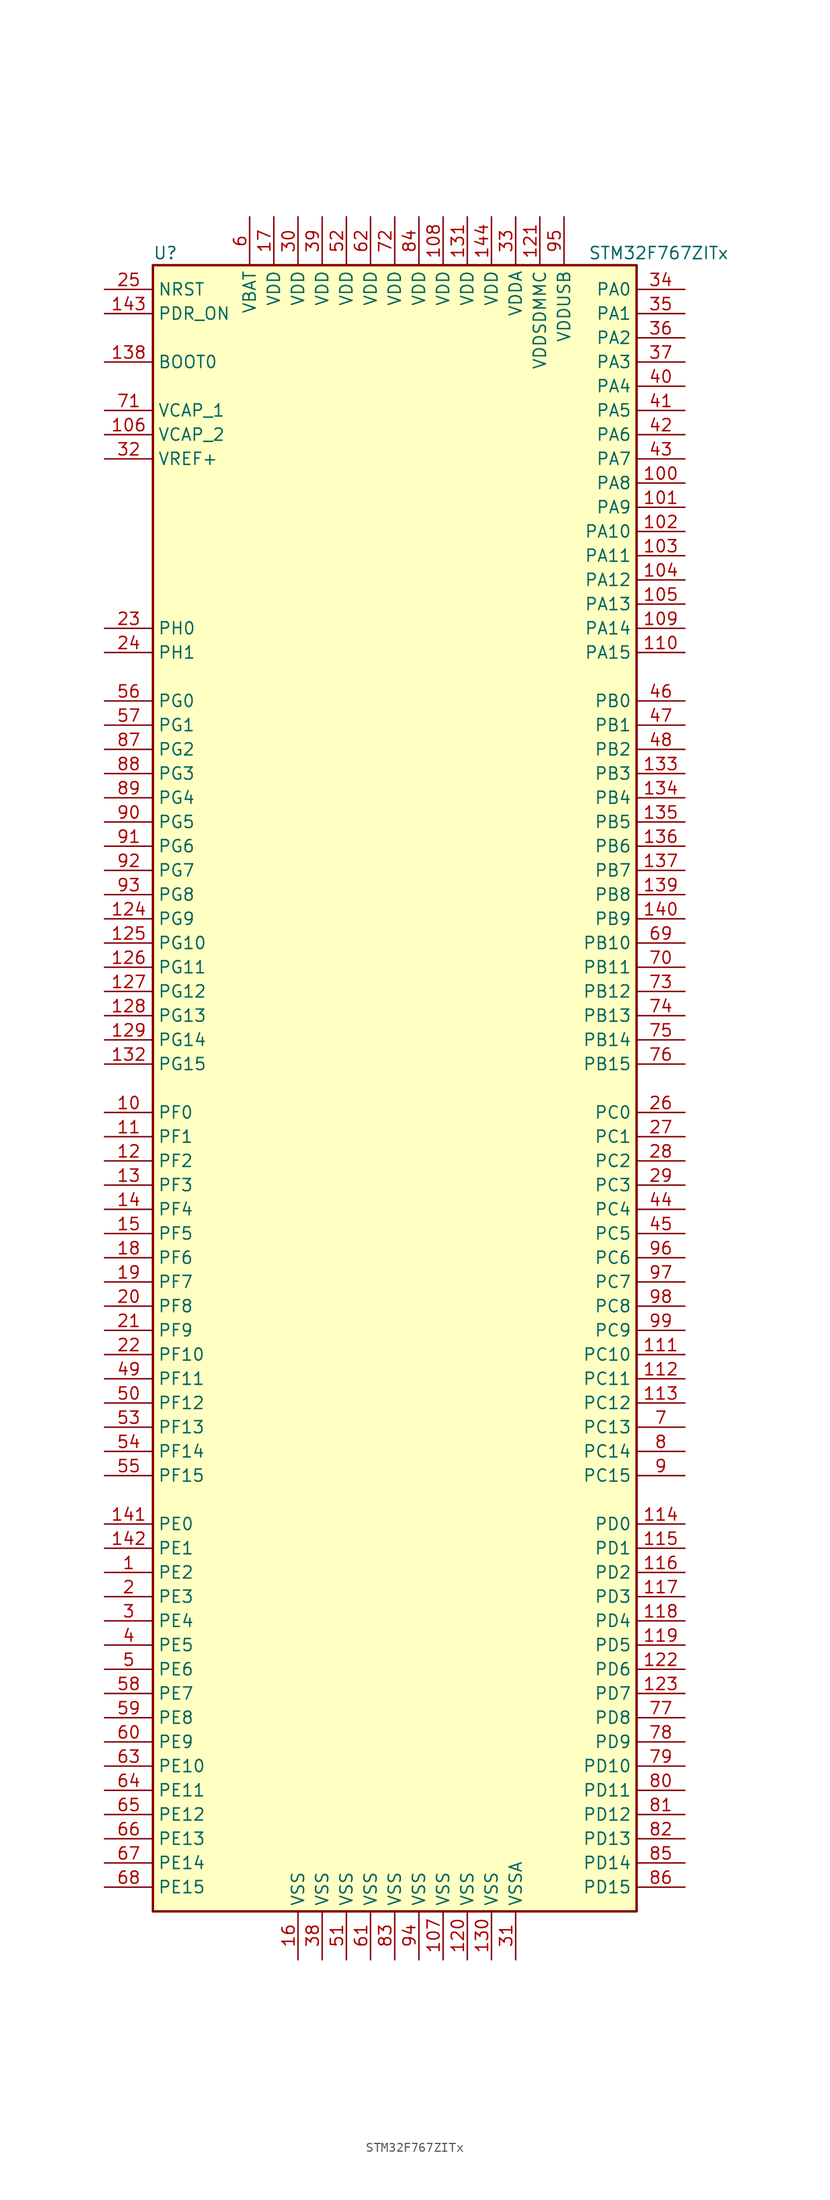
<source format=kicad_sym>
(kicad_symbol_lib
  (version 20201005)
  (generator kicad_symbol_editor)
  (symbol "STM32F767ZITx"
    (property "Reference" "U"
      (at -25.4 87.63 0)
      (effects (font (size 1.27 1.27)) (justify left)))
    (property "Value" "STM32F767ZITx"
      (at 20.32 87.63 0)
      (effects (font (size 1.27 1.27)) (justify left)))
    (symbol "STM32F767ZITx_0_1"
      (rectangle (start -25.4 -86.36) (end 25.4 86.36) (stroke (width 0.254)) (fill (type background))))
    (symbol "STM32F767ZITx_1_1"
      (pin input line (at -30.48 76.2 0) (length 5.08) (name "BOOT0" (effects (font (size 1.27 1.27)))) (number "138" (effects (font (size 1.27 1.27)))))
      (pin input line (at -30.48 83.82 0) (length 5.08) (name "NRST" (effects (font (size 1.27 1.27)))) (number "25" (effects (font (size 1.27 1.27)))))
      (pin bidirectional line (at 30.48 83.82 180) (length 5.08) (name "PA0" (effects (font (size 1.27 1.27)))) (number "34" (effects (font (size 1.27 1.27)))))
      (pin bidirectional line (at 30.48 81.28 180) (length 5.08) (name "PA1" (effects (font (size 1.27 1.27)))) (number "35" (effects (font (size 1.27 1.27)))))
      (pin bidirectional line (at 30.48 58.42 180) (length 5.08) (name "PA10" (effects (font (size 1.27 1.27)))) (number "102" (effects (font (size 1.27 1.27)))))
      (pin bidirectional line (at 30.48 55.88 180) (length 5.08) (name "PA11" (effects (font (size 1.27 1.27)))) (number "103" (effects (font (size 1.27 1.27)))))
      (pin bidirectional line (at 30.48 53.34 180) (length 5.08) (name "PA12" (effects (font (size 1.27 1.27)))) (number "104" (effects (font (size 1.27 1.27)))))
      (pin bidirectional line (at 30.48 50.8 180) (length 5.08) (name "PA13" (effects (font (size 1.27 1.27)))) (number "105" (effects (font (size 1.27 1.27)))))
      (pin bidirectional line (at 30.48 48.26 180) (length 5.08) (name "PA14" (effects (font (size 1.27 1.27)))) (number "109" (effects (font (size 1.27 1.27)))))
      (pin bidirectional line (at 30.48 45.72 180) (length 5.08) (name "PA15" (effects (font (size 1.27 1.27)))) (number "110" (effects (font (size 1.27 1.27)))))
      (pin bidirectional line (at 30.48 78.74 180) (length 5.08) (name "PA2" (effects (font (size 1.27 1.27)))) (number "36" (effects (font (size 1.27 1.27)))))
      (pin bidirectional line (at 30.48 76.2 180) (length 5.08) (name "PA3" (effects (font (size 1.27 1.27)))) (number "37" (effects (font (size 1.27 1.27)))))
      (pin bidirectional line (at 30.48 73.66 180) (length 5.08) (name "PA4" (effects (font (size 1.27 1.27)))) (number "40" (effects (font (size 1.27 1.27)))))
      (pin bidirectional line (at 30.48 71.12 180) (length 5.08) (name "PA5" (effects (font (size 1.27 1.27)))) (number "41" (effects (font (size 1.27 1.27)))))
      (pin bidirectional line (at 30.48 68.58 180) (length 5.08) (name "PA6" (effects (font (size 1.27 1.27)))) (number "42" (effects (font (size 1.27 1.27)))))
      (pin bidirectional line (at 30.48 66.04 180) (length 5.08) (name "PA7" (effects (font (size 1.27 1.27)))) (number "43" (effects (font (size 1.27 1.27)))))
      (pin bidirectional line (at 30.48 63.5 180) (length 5.08) (name "PA8" (effects (font (size 1.27 1.27)))) (number "100" (effects (font (size 1.27 1.27)))))
      (pin bidirectional line (at 30.48 60.96 180) (length 5.08) (name "PA9" (effects (font (size 1.27 1.27)))) (number "101" (effects (font (size 1.27 1.27)))))
      (pin bidirectional line (at 30.48 40.64 180) (length 5.08) (name "PB0" (effects (font (size 1.27 1.27)))) (number "46" (effects (font (size 1.27 1.27)))))
      (pin bidirectional line (at 30.48 38.1 180) (length 5.08) (name "PB1" (effects (font (size 1.27 1.27)))) (number "47" (effects (font (size 1.27 1.27)))))
      (pin bidirectional line (at 30.48 15.24 180) (length 5.08) (name "PB10" (effects (font (size 1.27 1.27)))) (number "69" (effects (font (size 1.27 1.27)))))
      (pin bidirectional line (at 30.48 12.7 180) (length 5.08) (name "PB11" (effects (font (size 1.27 1.27)))) (number "70" (effects (font (size 1.27 1.27)))))
      (pin bidirectional line (at 30.48 10.16 180) (length 5.08) (name "PB12" (effects (font (size 1.27 1.27)))) (number "73" (effects (font (size 1.27 1.27)))))
      (pin bidirectional line (at 30.48 7.62 180) (length 5.08) (name "PB13" (effects (font (size 1.27 1.27)))) (number "74" (effects (font (size 1.27 1.27)))))
      (pin bidirectional line (at 30.48 5.08 180) (length 5.08) (name "PB14" (effects (font (size 1.27 1.27)))) (number "75" (effects (font (size 1.27 1.27)))))
      (pin bidirectional line (at 30.48 2.54 180) (length 5.08) (name "PB15" (effects (font (size 1.27 1.27)))) (number "76" (effects (font (size 1.27 1.27)))))
      (pin bidirectional line (at 30.48 35.56 180) (length 5.08) (name "PB2" (effects (font (size 1.27 1.27)))) (number "48" (effects (font (size 1.27 1.27)))))
      (pin bidirectional line (at 30.48 33.02 180) (length 5.08) (name "PB3" (effects (font (size 1.27 1.27)))) (number "133" (effects (font (size 1.27 1.27)))))
      (pin bidirectional line (at 30.48 30.48 180) (length 5.08) (name "PB4" (effects (font (size 1.27 1.27)))) (number "134" (effects (font (size 1.27 1.27)))))
      (pin bidirectional line (at 30.48 27.94 180) (length 5.08) (name "PB5" (effects (font (size 1.27 1.27)))) (number "135" (effects (font (size 1.27 1.27)))))
      (pin bidirectional line (at 30.48 25.4 180) (length 5.08) (name "PB6" (effects (font (size 1.27 1.27)))) (number "136" (effects (font (size 1.27 1.27)))))
      (pin bidirectional line (at 30.48 22.86 180) (length 5.08) (name "PB7" (effects (font (size 1.27 1.27)))) (number "137" (effects (font (size 1.27 1.27)))))
      (pin bidirectional line (at 30.48 20.32 180) (length 5.08) (name "PB8" (effects (font (size 1.27 1.27)))) (number "139" (effects (font (size 1.27 1.27)))))
      (pin bidirectional line (at 30.48 17.78 180) (length 5.08) (name "PB9" (effects (font (size 1.27 1.27)))) (number "140" (effects (font (size 1.27 1.27)))))
      (pin bidirectional line (at 30.48 -2.54 180) (length 5.08) (name "PC0" (effects (font (size 1.27 1.27)))) (number "26" (effects (font (size 1.27 1.27)))))
      (pin bidirectional line (at 30.48 -5.08 180) (length 5.08) (name "PC1" (effects (font (size 1.27 1.27)))) (number "27" (effects (font (size 1.27 1.27)))))
      (pin bidirectional line (at 30.48 -27.94 180) (length 5.08) (name "PC10" (effects (font (size 1.27 1.27)))) (number "111" (effects (font (size 1.27 1.27)))))
      (pin bidirectional line (at 30.48 -30.48 180) (length 5.08) (name "PC11" (effects (font (size 1.27 1.27)))) (number "112" (effects (font (size 1.27 1.27)))))
      (pin bidirectional line (at 30.48 -33.02 180) (length 5.08) (name "PC12" (effects (font (size 1.27 1.27)))) (number "113" (effects (font (size 1.27 1.27)))))
      (pin bidirectional line (at 30.48 -35.56 180) (length 5.08) (name "PC13" (effects (font (size 1.27 1.27)))) (number "7" (effects (font (size 1.27 1.27)))))
      (pin bidirectional line (at 30.48 -38.1 180) (length 5.08) (name "PC14" (effects (font (size 1.27 1.27)))) (number "8" (effects (font (size 1.27 1.27)))))
      (pin bidirectional line (at 30.48 -40.64 180) (length 5.08) (name "PC15" (effects (font (size 1.27 1.27)))) (number "9" (effects (font (size 1.27 1.27)))))
      (pin bidirectional line (at 30.48 -7.62 180) (length 5.08) (name "PC2" (effects (font (size 1.27 1.27)))) (number "28" (effects (font (size 1.27 1.27)))))
      (pin bidirectional line (at 30.48 -10.16 180) (length 5.08) (name "PC3" (effects (font (size 1.27 1.27)))) (number "29" (effects (font (size 1.27 1.27)))))
      (pin bidirectional line (at 30.48 -12.7 180) (length 5.08) (name "PC4" (effects (font (size 1.27 1.27)))) (number "44" (effects (font (size 1.27 1.27)))))
      (pin bidirectional line (at 30.48 -15.24 180) (length 5.08) (name "PC5" (effects (font (size 1.27 1.27)))) (number "45" (effects (font (size 1.27 1.27)))))
      (pin bidirectional line (at 30.48 -17.78 180) (length 5.08) (name "PC6" (effects (font (size 1.27 1.27)))) (number "96" (effects (font (size 1.27 1.27)))))
      (pin bidirectional line (at 30.48 -20.32 180) (length 5.08) (name "PC7" (effects (font (size 1.27 1.27)))) (number "97" (effects (font (size 1.27 1.27)))))
      (pin bidirectional line (at 30.48 -22.86 180) (length 5.08) (name "PC8" (effects (font (size 1.27 1.27)))) (number "98" (effects (font (size 1.27 1.27)))))
      (pin bidirectional line (at 30.48 -25.4 180) (length 5.08) (name "PC9" (effects (font (size 1.27 1.27)))) (number "99" (effects (font (size 1.27 1.27)))))
      (pin bidirectional line (at 30.48 -45.72 180) (length 5.08) (name "PD0" (effects (font (size 1.27 1.27)))) (number "114" (effects (font (size 1.27 1.27)))))
      (pin bidirectional line (at 30.48 -48.26 180) (length 5.08) (name "PD1" (effects (font (size 1.27 1.27)))) (number "115" (effects (font (size 1.27 1.27)))))
      (pin bidirectional line (at 30.48 -71.12 180) (length 5.08) (name "PD10" (effects (font (size 1.27 1.27)))) (number "79" (effects (font (size 1.27 1.27)))))
      (pin bidirectional line (at 30.48 -73.66 180) (length 5.08) (name "PD11" (effects (font (size 1.27 1.27)))) (number "80" (effects (font (size 1.27 1.27)))))
      (pin bidirectional line (at 30.48 -76.2 180) (length 5.08) (name "PD12" (effects (font (size 1.27 1.27)))) (number "81" (effects (font (size 1.27 1.27)))))
      (pin bidirectional line (at 30.48 -78.74 180) (length 5.08) (name "PD13" (effects (font (size 1.27 1.27)))) (number "82" (effects (font (size 1.27 1.27)))))
      (pin bidirectional line (at 30.48 -81.28 180) (length 5.08) (name "PD14" (effects (font (size 1.27 1.27)))) (number "85" (effects (font (size 1.27 1.27)))))
      (pin bidirectional line (at 30.48 -83.82 180) (length 5.08) (name "PD15" (effects (font (size 1.27 1.27)))) (number "86" (effects (font (size 1.27 1.27)))))
      (pin bidirectional line (at 30.48 -50.8 180) (length 5.08) (name "PD2" (effects (font (size 1.27 1.27)))) (number "116" (effects (font (size 1.27 1.27)))))
      (pin bidirectional line (at 30.48 -53.34 180) (length 5.08) (name "PD3" (effects (font (size 1.27 1.27)))) (number "117" (effects (font (size 1.27 1.27)))))
      (pin bidirectional line (at 30.48 -55.88 180) (length 5.08) (name "PD4" (effects (font (size 1.27 1.27)))) (number "118" (effects (font (size 1.27 1.27)))))
      (pin bidirectional line (at 30.48 -58.42 180) (length 5.08) (name "PD5" (effects (font (size 1.27 1.27)))) (number "119" (effects (font (size 1.27 1.27)))))
      (pin bidirectional line (at 30.48 -60.96 180) (length 5.08) (name "PD6" (effects (font (size 1.27 1.27)))) (number "122" (effects (font (size 1.27 1.27)))))
      (pin bidirectional line (at 30.48 -63.5 180) (length 5.08) (name "PD7" (effects (font (size 1.27 1.27)))) (number "123" (effects (font (size 1.27 1.27)))))
      (pin bidirectional line (at 30.48 -66.04 180) (length 5.08) (name "PD8" (effects (font (size 1.27 1.27)))) (number "77" (effects (font (size 1.27 1.27)))))
      (pin bidirectional line (at 30.48 -68.58 180) (length 5.08) (name "PD9" (effects (font (size 1.27 1.27)))) (number "78" (effects (font (size 1.27 1.27)))))
      (pin input line (at -30.48 81.28 0) (length 5.08) (name "PDR_ON" (effects (font (size 1.27 1.27)))) (number "143" (effects (font (size 1.27 1.27)))))
      (pin bidirectional line (at -30.48 -45.72 0) (length 5.08) (name "PE0" (effects (font (size 1.27 1.27)))) (number "141" (effects (font (size 1.27 1.27)))))
      (pin bidirectional line (at -30.48 -48.26 0) (length 5.08) (name "PE1" (effects (font (size 1.27 1.27)))) (number "142" (effects (font (size 1.27 1.27)))))
      (pin bidirectional line (at -30.48 -71.12 0) (length 5.08) (name "PE10" (effects (font (size 1.27 1.27)))) (number "63" (effects (font (size 1.27 1.27)))))
      (pin bidirectional line (at -30.48 -73.66 0) (length 5.08) (name "PE11" (effects (font (size 1.27 1.27)))) (number "64" (effects (font (size 1.27 1.27)))))
      (pin bidirectional line (at -30.48 -76.2 0) (length 5.08) (name "PE12" (effects (font (size 1.27 1.27)))) (number "65" (effects (font (size 1.27 1.27)))))
      (pin bidirectional line (at -30.48 -78.74 0) (length 5.08) (name "PE13" (effects (font (size 1.27 1.27)))) (number "66" (effects (font (size 1.27 1.27)))))
      (pin bidirectional line (at -30.48 -81.28 0) (length 5.08) (name "PE14" (effects (font (size 1.27 1.27)))) (number "67" (effects (font (size 1.27 1.27)))))
      (pin bidirectional line (at -30.48 -83.82 0) (length 5.08) (name "PE15" (effects (font (size 1.27 1.27)))) (number "68" (effects (font (size 1.27 1.27)))))
      (pin bidirectional line (at -30.48 -50.8 0) (length 5.08) (name "PE2" (effects (font (size 1.27 1.27)))) (number "1" (effects (font (size 1.27 1.27)))))
      (pin bidirectional line (at -30.48 -53.34 0) (length 5.08) (name "PE3" (effects (font (size 1.27 1.27)))) (number "2" (effects (font (size 1.27 1.27)))))
      (pin bidirectional line (at -30.48 -55.88 0) (length 5.08) (name "PE4" (effects (font (size 1.27 1.27)))) (number "3" (effects (font (size 1.27 1.27)))))
      (pin bidirectional line (at -30.48 -58.42 0) (length 5.08) (name "PE5" (effects (font (size 1.27 1.27)))) (number "4" (effects (font (size 1.27 1.27)))))
      (pin bidirectional line (at -30.48 -60.96 0) (length 5.08) (name "PE6" (effects (font (size 1.27 1.27)))) (number "5" (effects (font (size 1.27 1.27)))))
      (pin bidirectional line (at -30.48 -63.5 0) (length 5.08) (name "PE7" (effects (font (size 1.27 1.27)))) (number "58" (effects (font (size 1.27 1.27)))))
      (pin bidirectional line (at -30.48 -66.04 0) (length 5.08) (name "PE8" (effects (font (size 1.27 1.27)))) (number "59" (effects (font (size 1.27 1.27)))))
      (pin bidirectional line (at -30.48 -68.58 0) (length 5.08) (name "PE9" (effects (font (size 1.27 1.27)))) (number "60" (effects (font (size 1.27 1.27)))))
      (pin bidirectional line (at -30.48 -2.54 0) (length 5.08) (name "PF0" (effects (font (size 1.27 1.27)))) (number "10" (effects (font (size 1.27 1.27)))))
      (pin bidirectional line (at -30.48 -5.08 0) (length 5.08) (name "PF1" (effects (font (size 1.27 1.27)))) (number "11" (effects (font (size 1.27 1.27)))))
      (pin bidirectional line (at -30.48 -27.94 0) (length 5.08) (name "PF10" (effects (font (size 1.27 1.27)))) (number "22" (effects (font (size 1.27 1.27)))))
      (pin bidirectional line (at -30.48 -30.48 0) (length 5.08) (name "PF11" (effects (font (size 1.27 1.27)))) (number "49" (effects (font (size 1.27 1.27)))))
      (pin bidirectional line (at -30.48 -33.02 0) (length 5.08) (name "PF12" (effects (font (size 1.27 1.27)))) (number "50" (effects (font (size 1.27 1.27)))))
      (pin bidirectional line (at -30.48 -35.56 0) (length 5.08) (name "PF13" (effects (font (size 1.27 1.27)))) (number "53" (effects (font (size 1.27 1.27)))))
      (pin bidirectional line (at -30.48 -38.1 0) (length 5.08) (name "PF14" (effects (font (size 1.27 1.27)))) (number "54" (effects (font (size 1.27 1.27)))))
      (pin bidirectional line (at -30.48 -40.64 0) (length 5.08) (name "PF15" (effects (font (size 1.27 1.27)))) (number "55" (effects (font (size 1.27 1.27)))))
      (pin bidirectional line (at -30.48 -7.62 0) (length 5.08) (name "PF2" (effects (font (size 1.27 1.27)))) (number "12" (effects (font (size 1.27 1.27)))))
      (pin bidirectional line (at -30.48 -10.16 0) (length 5.08) (name "PF3" (effects (font (size 1.27 1.27)))) (number "13" (effects (font (size 1.27 1.27)))))
      (pin bidirectional line (at -30.48 -12.7 0) (length 5.08) (name "PF4" (effects (font (size 1.27 1.27)))) (number "14" (effects (font (size 1.27 1.27)))))
      (pin bidirectional line (at -30.48 -15.24 0) (length 5.08) (name "PF5" (effects (font (size 1.27 1.27)))) (number "15" (effects (font (size 1.27 1.27)))))
      (pin bidirectional line (at -30.48 -17.78 0) (length 5.08) (name "PF6" (effects (font (size 1.27 1.27)))) (number "18" (effects (font (size 1.27 1.27)))))
      (pin bidirectional line (at -30.48 -20.32 0) (length 5.08) (name "PF7" (effects (font (size 1.27 1.27)))) (number "19" (effects (font (size 1.27 1.27)))))
      (pin bidirectional line (at -30.48 -22.86 0) (length 5.08) (name "PF8" (effects (font (size 1.27 1.27)))) (number "20" (effects (font (size 1.27 1.27)))))
      (pin bidirectional line (at -30.48 -25.4 0) (length 5.08) (name "PF9" (effects (font (size 1.27 1.27)))) (number "21" (effects (font (size 1.27 1.27)))))
      (pin bidirectional line (at -30.48 40.64 0) (length 5.08) (name "PG0" (effects (font (size 1.27 1.27)))) (number "56" (effects (font (size 1.27 1.27)))))
      (pin bidirectional line (at -30.48 38.1 0) (length 5.08) (name "PG1" (effects (font (size 1.27 1.27)))) (number "57" (effects (font (size 1.27 1.27)))))
      (pin bidirectional line (at -30.48 15.24 0) (length 5.08) (name "PG10" (effects (font (size 1.27 1.27)))) (number "125" (effects (font (size 1.27 1.27)))))
      (pin bidirectional line (at -30.48 12.7 0) (length 5.08) (name "PG11" (effects (font (size 1.27 1.27)))) (number "126" (effects (font (size 1.27 1.27)))))
      (pin bidirectional line (at -30.48 10.16 0) (length 5.08) (name "PG12" (effects (font (size 1.27 1.27)))) (number "127" (effects (font (size 1.27 1.27)))))
      (pin bidirectional line (at -30.48 7.62 0) (length 5.08) (name "PG13" (effects (font (size 1.27 1.27)))) (number "128" (effects (font (size 1.27 1.27)))))
      (pin bidirectional line (at -30.48 5.08 0) (length 5.08) (name "PG14" (effects (font (size 1.27 1.27)))) (number "129" (effects (font (size 1.27 1.27)))))
      (pin bidirectional line (at -30.48 2.54 0) (length 5.08) (name "PG15" (effects (font (size 1.27 1.27)))) (number "132" (effects (font (size 1.27 1.27)))))
      (pin bidirectional line (at -30.48 35.56 0) (length 5.08) (name "PG2" (effects (font (size 1.27 1.27)))) (number "87" (effects (font (size 1.27 1.27)))))
      (pin bidirectional line (at -30.48 33.02 0) (length 5.08) (name "PG3" (effects (font (size 1.27 1.27)))) (number "88" (effects (font (size 1.27 1.27)))))
      (pin bidirectional line (at -30.48 30.48 0) (length 5.08) (name "PG4" (effects (font (size 1.27 1.27)))) (number "89" (effects (font (size 1.27 1.27)))))
      (pin bidirectional line (at -30.48 27.94 0) (length 5.08) (name "PG5" (effects (font (size 1.27 1.27)))) (number "90" (effects (font (size 1.27 1.27)))))
      (pin bidirectional line (at -30.48 25.4 0) (length 5.08) (name "PG6" (effects (font (size 1.27 1.27)))) (number "91" (effects (font (size 1.27 1.27)))))
      (pin bidirectional line (at -30.48 22.86 0) (length 5.08) (name "PG7" (effects (font (size 1.27 1.27)))) (number "92" (effects (font (size 1.27 1.27)))))
      (pin bidirectional line (at -30.48 20.32 0) (length 5.08) (name "PG8" (effects (font (size 1.27 1.27)))) (number "93" (effects (font (size 1.27 1.27)))))
      (pin bidirectional line (at -30.48 17.78 0) (length 5.08) (name "PG9" (effects (font (size 1.27 1.27)))) (number "124" (effects (font (size 1.27 1.27)))))
      (pin input line (at -30.48 48.26 0) (length 5.08) (name "PH0" (effects (font (size 1.27 1.27)))) (number "23" (effects (font (size 1.27 1.27)))))
      (pin input line (at -30.48 45.72 0) (length 5.08) (name "PH1" (effects (font (size 1.27 1.27)))) (number "24" (effects (font (size 1.27 1.27)))))
      (pin power_in line (at -15.24 91.44 270) (length 5.08) (name "VBAT" (effects (font (size 1.27 1.27)))) (number "6" (effects (font (size 1.27 1.27)))))
      (pin power_in line (at -30.48 71.12 0) (length 5.08) (name "VCAP_1" (effects (font (size 1.27 1.27)))) (number "71" (effects (font (size 1.27 1.27)))))
      (pin power_in line (at -30.48 68.58 0) (length 5.08) (name "VCAP_2" (effects (font (size 1.27 1.27)))) (number "106" (effects (font (size 1.27 1.27)))))
      (pin power_in line (at 5.08 91.44 270) (length 5.08) (name "VDD" (effects (font (size 1.27 1.27)))) (number "108" (effects (font (size 1.27 1.27)))))
      (pin power_in line (at 7.62 91.44 270) (length 5.08) (name "VDD" (effects (font (size 1.27 1.27)))) (number "131" (effects (font (size 1.27 1.27)))))
      (pin power_in line (at 10.16 91.44 270) (length 5.08) (name "VDD" (effects (font (size 1.27 1.27)))) (number "144" (effects (font (size 1.27 1.27)))))
      (pin power_in line (at -12.7 91.44 270) (length 5.08) (name "VDD" (effects (font (size 1.27 1.27)))) (number "17" (effects (font (size 1.27 1.27)))))
      (pin power_in line (at -10.16 91.44 270) (length 5.08) (name "VDD" (effects (font (size 1.27 1.27)))) (number "30" (effects (font (size 1.27 1.27)))))
      (pin power_in line (at -7.62 91.44 270) (length 5.08) (name "VDD" (effects (font (size 1.27 1.27)))) (number "39" (effects (font (size 1.27 1.27)))))
      (pin power_in line (at -5.08 91.44 270) (length 5.08) (name "VDD" (effects (font (size 1.27 1.27)))) (number "52" (effects (font (size 1.27 1.27)))))
      (pin power_in line (at -2.54 91.44 270) (length 5.08) (name "VDD" (effects (font (size 1.27 1.27)))) (number "62" (effects (font (size 1.27 1.27)))))
      (pin power_in line (at 0 91.44 270) (length 5.08) (name "VDD" (effects (font (size 1.27 1.27)))) (number "72" (effects (font (size 1.27 1.27)))))
      (pin power_in line (at 2.54 91.44 270) (length 5.08) (name "VDD" (effects (font (size 1.27 1.27)))) (number "84" (effects (font (size 1.27 1.27)))))
      (pin power_in line (at 12.7 91.44 270) (length 5.08) (name "VDDA" (effects (font (size 1.27 1.27)))) (number "33" (effects (font (size 1.27 1.27)))))
      (pin power_in line (at 15.24 91.44 270) (length 5.08) (name "VDDSDMMC" (effects (font (size 1.27 1.27)))) (number "121" (effects (font (size 1.27 1.27)))))
      (pin power_in line (at 17.78 91.44 270) (length 5.08) (name "VDDUSB" (effects (font (size 1.27 1.27)))) (number "95" (effects (font (size 1.27 1.27)))))
      (pin power_in line (at -30.48 66.04 0) (length 5.08) (name "VREF+" (effects (font (size 1.27 1.27)))) (number "32" (effects (font (size 1.27 1.27)))))
      (pin power_in line (at 5.08 -91.44 90) (length 5.08) (name "VSS" (effects (font (size 1.27 1.27)))) (number "107" (effects (font (size 1.27 1.27)))))
      (pin power_in line (at 7.62 -91.44 90) (length 5.08) (name "VSS" (effects (font (size 1.27 1.27)))) (number "120" (effects (font (size 1.27 1.27)))))
      (pin power_in line (at 10.16 -91.44 90) (length 5.08) (name "VSS" (effects (font (size 1.27 1.27)))) (number "130" (effects (font (size 1.27 1.27)))))
      (pin power_in line (at -10.16 -91.44 90) (length 5.08) (name "VSS" (effects (font (size 1.27 1.27)))) (number "16" (effects (font (size 1.27 1.27)))))
      (pin power_in line (at -7.62 -91.44 90) (length 5.08) (name "VSS" (effects (font (size 1.27 1.27)))) (number "38" (effects (font (size 1.27 1.27)))))
      (pin power_in line (at -5.08 -91.44 90) (length 5.08) (name "VSS" (effects (font (size 1.27 1.27)))) (number "51" (effects (font (size 1.27 1.27)))))
      (pin power_in line (at -2.54 -91.44 90) (length 5.08) (name "VSS" (effects (font (size 1.27 1.27)))) (number "61" (effects (font (size 1.27 1.27)))))
      (pin power_in line (at 0 -91.44 90) (length 5.08) (name "VSS" (effects (font (size 1.27 1.27)))) (number "83" (effects (font (size 1.27 1.27)))))
      (pin power_in line (at 2.54 -91.44 90) (length 5.08) (name "VSS" (effects (font (size 1.27 1.27)))) (number "94" (effects (font (size 1.27 1.27)))))
      (pin power_in line (at 12.7 -91.44 90) (length 5.08) (name "VSSA" (effects (font (size 1.27 1.27)))) (number "31" (effects (font (size 1.27 1.27))))))))
</source>
